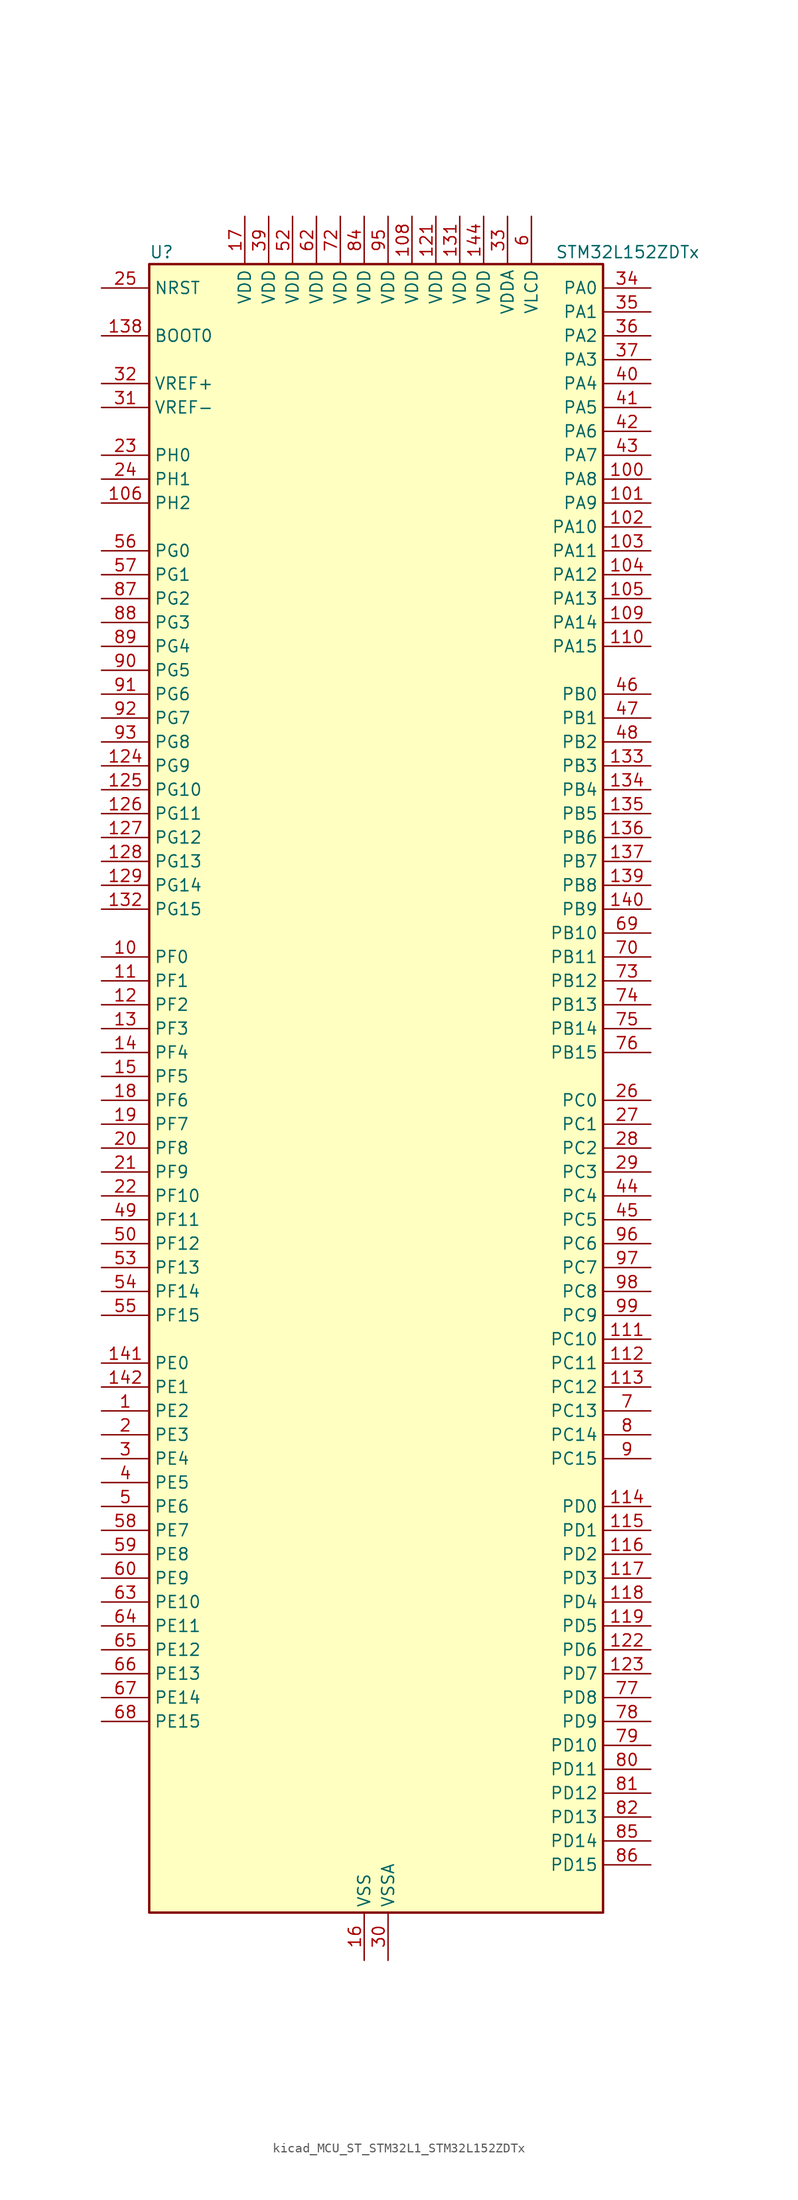
<source format=kicad_sym>
(kicad_symbol_lib
  (version 20220914)
  (generator kicad_symbol_editor)
  (symbol "kicad_MCU_ST_STM32L1_STM32L152ZDTx"
    (property "Reference" "U"
      (at -22.86 90.17 0)
      (effects (font (size 1.27 1.27)) (justify left)))
    (property "Value" "STM32L152ZDTx"
      (at 20.32 90.17 0)
      (effects (font (size 1.27 1.27)) (justify left)))
    (property "ki_locked" ""
      (at 0 0 0)
      (effects (font (size 1.27 1.27))))
    (symbol "kicad_MCU_ST_STM32L1_STM32L152ZDTx_0_1"
      (rectangle (start -22.86 -86.36) (end 25.4 88.9) (stroke (width 0.254) (type default)) (fill (type background))))
    (symbol "kicad_MCU_ST_STM32L1_STM32L152ZDTx_1_1"
      (pin bidirectional line (at -27.94 -33.02 0) (length 5.08) (name "PE2" (effects (font (size 1.27 1.27)))) (number "1" (effects (font (size 1.27 1.27)))) (alternate "FSMC_A23" bidirectional line) (alternate "LCD_SEG38" bidirectional line) (alternate "SYS_TRACECK" bidirectional line) (alternate "TIM3_ETR" bidirectional line) (alternate "TIMX_IC3" bidirectional line))
      (pin bidirectional line (at -27.94 15.24 0) (length 5.08) (name "PF0" (effects (font (size 1.27 1.27)))) (number "10" (effects (font (size 1.27 1.27)))) (alternate "FSMC_A0" bidirectional line))
      (pin bidirectional line (at 30.48 66.04 180) (length 5.08) (name "PA8" (effects (font (size 1.27 1.27)))) (number "100" (effects (font (size 1.27 1.27)))) (alternate "LCD_COM0" bidirectional line) (alternate "RCC_MCO" bidirectional line) (alternate "TIMX_IC1" bidirectional line) (alternate "TS_G4_IO1" bidirectional line) (alternate "USART1_CK" bidirectional line))
      (pin bidirectional line (at 30.48 63.5 180) (length 5.08) (name "PA9" (effects (font (size 1.27 1.27)))) (number "101" (effects (font (size 1.27 1.27)))) (alternate "DAC_EXTI9" bidirectional line) (alternate "LCD_COM1" bidirectional line) (alternate "TIMX_IC2" bidirectional line) (alternate "TS_G4_IO2" bidirectional line) (alternate "USART1_TX" bidirectional line))
      (pin bidirectional line (at 30.48 60.96 180) (length 5.08) (name "PA10" (effects (font (size 1.27 1.27)))) (number "102" (effects (font (size 1.27 1.27)))) (alternate "LCD_COM2" bidirectional line) (alternate "TIMX_IC3" bidirectional line) (alternate "TS_G4_IO3" bidirectional line) (alternate "USART1_RX" bidirectional line))
      (pin bidirectional line (at 30.48 58.42 180) (length 5.08) (name "PA11" (effects (font (size 1.27 1.27)))) (number "103" (effects (font (size 1.27 1.27)))) (alternate "ADC_EXTI11" bidirectional line) (alternate "SPI1_MISO" bidirectional line) (alternate "TIMX_IC4" bidirectional line) (alternate "USART1_CTS" bidirectional line) (alternate "USB_DM" bidirectional line))
      (pin bidirectional line (at 30.48 55.88 180) (length 5.08) (name "PA12" (effects (font (size 1.27 1.27)))) (number "104" (effects (font (size 1.27 1.27)))) (alternate "SPI1_MOSI" bidirectional line) (alternate "TIMX_IC1" bidirectional line) (alternate "USART1_RTS" bidirectional line) (alternate "USB_DP" bidirectional line))
      (pin bidirectional line (at 30.48 53.34 180) (length 5.08) (name "PA13" (effects (font (size 1.27 1.27)))) (number "105" (effects (font (size 1.27 1.27)))) (alternate "SYS_JTMS-SWDIO" bidirectional line) (alternate "TIMX_IC2" bidirectional line) (alternate "TS_G5_IO1" bidirectional line))
      (pin bidirectional line (at -27.94 63.5 0) (length 5.08) (name "PH2" (effects (font (size 1.27 1.27)))) (number "106" (effects (font (size 1.27 1.27)))) (alternate "FSMC_A22" bidirectional line))
      (pin passive line (at 0 -91.44 90) (length 5.08) hide (name "VSS" (effects (font (size 1.27 1.27)))) (number "107" (effects (font (size 1.27 1.27)))))
      (pin power_in line (at 5.08 93.98 270) (length 5.08) (name "VDD" (effects (font (size 1.27 1.27)))) (number "108" (effects (font (size 1.27 1.27)))))
      (pin bidirectional line (at 30.48 50.8 180) (length 5.08) (name "PA14" (effects (font (size 1.27 1.27)))) (number "109" (effects (font (size 1.27 1.27)))) (alternate "SYS_JTCK-SWCLK" bidirectional line) (alternate "TIMX_IC3" bidirectional line) (alternate "TS_G5_IO2" bidirectional line))
      (pin bidirectional line (at -27.94 12.7 0) (length 5.08) (name "PF1" (effects (font (size 1.27 1.27)))) (number "11" (effects (font (size 1.27 1.27)))) (alternate "FSMC_A1" bidirectional line))
      (pin bidirectional line (at 30.48 48.26 180) (length 5.08) (name "PA15" (effects (font (size 1.27 1.27)))) (number "110" (effects (font (size 1.27 1.27)))) (alternate "ADC_EXTI15" bidirectional line) (alternate "I2S3_WS" bidirectional line) (alternate "LCD_SEG17" bidirectional line) (alternate "SPI1_NSS" bidirectional line) (alternate "SPI3_NSS" bidirectional line) (alternate "SYS_JTDI" bidirectional line) (alternate "TIM2_CH1" bidirectional line) (alternate "TIM2_ETR" bidirectional line) (alternate "TIMX_IC4" bidirectional line) (alternate "TS_G5_IO3" bidirectional line))
      (pin bidirectional line (at 30.48 -25.4 180) (length 5.08) (name "PC10" (effects (font (size 1.27 1.27)))) (number "111" (effects (font (size 1.27 1.27)))) (alternate "I2S3_CK" bidirectional line) (alternate "LCD_COM4" bidirectional line) (alternate "LCD_SEG28" bidirectional line) (alternate "LCD_SEG40" bidirectional line) (alternate "SDIO_D2" bidirectional line) (alternate "SPI3_SCK" bidirectional line) (alternate "TIMX_IC3" bidirectional line) (alternate "UART4_TX" bidirectional line) (alternate "USART3_TX" bidirectional line))
      (pin bidirectional line (at 30.48 -27.94 180) (length 5.08) (name "PC11" (effects (font (size 1.27 1.27)))) (number "112" (effects (font (size 1.27 1.27)))) (alternate "ADC_EXTI11" bidirectional line) (alternate "LCD_COM5" bidirectional line) (alternate "LCD_SEG29" bidirectional line) (alternate "LCD_SEG41" bidirectional line) (alternate "SDIO_D3" bidirectional line) (alternate "SPI3_MISO" bidirectional line) (alternate "TIMX_IC4" bidirectional line) (alternate "UART4_RX" bidirectional line) (alternate "USART3_RX" bidirectional line))
      (pin bidirectional line (at 30.48 -30.48 180) (length 5.08) (name "PC12" (effects (font (size 1.27 1.27)))) (number "113" (effects (font (size 1.27 1.27)))) (alternate "I2S3_SD" bidirectional line) (alternate "LCD_COM6" bidirectional line) (alternate "LCD_SEG30" bidirectional line) (alternate "LCD_SEG42" bidirectional line) (alternate "SDIO_CK" bidirectional line) (alternate "SPI3_MOSI" bidirectional line) (alternate "TIMX_IC1" bidirectional line) (alternate "UART5_TX" bidirectional line) (alternate "USART3_CK" bidirectional line))
      (pin bidirectional line (at 30.48 -43.18 180) (length 5.08) (name "PD0" (effects (font (size 1.27 1.27)))) (number "114" (effects (font (size 1.27 1.27)))) (alternate "FSMC_D2" bidirectional line) (alternate "FSMC_DA2" bidirectional line) (alternate "I2S2_WS" bidirectional line) (alternate "SPI2_NSS" bidirectional line) (alternate "TIM9_CH1" bidirectional line) (alternate "TIMX_IC1" bidirectional line))
      (pin bidirectional line (at 30.48 -45.72 180) (length 5.08) (name "PD1" (effects (font (size 1.27 1.27)))) (number "115" (effects (font (size 1.27 1.27)))) (alternate "FSMC_D3" bidirectional line) (alternate "FSMC_DA3" bidirectional line) (alternate "I2S2_CK" bidirectional line) (alternate "SPI2_SCK" bidirectional line) (alternate "TIMX_IC2" bidirectional line))
      (pin bidirectional line (at 30.48 -48.26 180) (length 5.08) (name "PD2" (effects (font (size 1.27 1.27)))) (number "116" (effects (font (size 1.27 1.27)))) (alternate "LCD_COM7" bidirectional line) (alternate "LCD_SEG31" bidirectional line) (alternate "LCD_SEG43" bidirectional line) (alternate "SDIO_CMD" bidirectional line) (alternate "TIM3_ETR" bidirectional line) (alternate "TIMX_IC3" bidirectional line) (alternate "UART5_RX" bidirectional line))
      (pin bidirectional line (at 30.48 -50.8 180) (length 5.08) (name "PD3" (effects (font (size 1.27 1.27)))) (number "117" (effects (font (size 1.27 1.27)))) (alternate "FSMC_CLK" bidirectional line) (alternate "SPI2_MISO" bidirectional line) (alternate "TIMX_IC4" bidirectional line) (alternate "USART2_CTS" bidirectional line))
      (pin bidirectional line (at 30.48 -53.34 180) (length 5.08) (name "PD4" (effects (font (size 1.27 1.27)))) (number "118" (effects (font (size 1.27 1.27)))) (alternate "FSMC_NOE" bidirectional line) (alternate "I2S2_SD" bidirectional line) (alternate "SPI2_MOSI" bidirectional line) (alternate "TIMX_IC1" bidirectional line) (alternate "USART2_RTS" bidirectional line))
      (pin bidirectional line (at 30.48 -55.88 180) (length 5.08) (name "PD5" (effects (font (size 1.27 1.27)))) (number "119" (effects (font (size 1.27 1.27)))) (alternate "FSMC_NWE" bidirectional line) (alternate "TIMX_IC2" bidirectional line) (alternate "USART2_TX" bidirectional line))
      (pin bidirectional line (at -27.94 10.16 0) (length 5.08) (name "PF2" (effects (font (size 1.27 1.27)))) (number "12" (effects (font (size 1.27 1.27)))) (alternate "FSMC_A2" bidirectional line))
      (pin passive line (at 0 -91.44 90) (length 5.08) hide (name "VSS" (effects (font (size 1.27 1.27)))) (number "120" (effects (font (size 1.27 1.27)))))
      (pin power_in line (at 7.62 93.98 270) (length 5.08) (name "VDD" (effects (font (size 1.27 1.27)))) (number "121" (effects (font (size 1.27 1.27)))))
      (pin bidirectional line (at 30.48 -58.42 180) (length 5.08) (name "PD6" (effects (font (size 1.27 1.27)))) (number "122" (effects (font (size 1.27 1.27)))) (alternate "FSMC_NWAIT" bidirectional line) (alternate "TIMX_IC3" bidirectional line) (alternate "USART2_RX" bidirectional line))
      (pin bidirectional line (at 30.48 -60.96 180) (length 5.08) (name "PD7" (effects (font (size 1.27 1.27)))) (number "123" (effects (font (size 1.27 1.27)))) (alternate "FSMC_NE1" bidirectional line) (alternate "TIM9_CH2" bidirectional line) (alternate "TIMX_IC4" bidirectional line) (alternate "USART2_CK" bidirectional line))
      (pin bidirectional line (at -27.94 35.56 0) (length 5.08) (name "PG9" (effects (font (size 1.27 1.27)))) (number "124" (effects (font (size 1.27 1.27)))) (alternate "DAC_EXTI9" bidirectional line) (alternate "FSMC_NE2" bidirectional line))
      (pin bidirectional line (at -27.94 33.02 0) (length 5.08) (name "PG10" (effects (font (size 1.27 1.27)))) (number "125" (effects (font (size 1.27 1.27)))) (alternate "FSMC_NE3" bidirectional line))
      (pin bidirectional line (at -27.94 30.48 0) (length 5.08) (name "PG11" (effects (font (size 1.27 1.27)))) (number "126" (effects (font (size 1.27 1.27)))) (alternate "ADC_EXTI11" bidirectional line))
      (pin bidirectional line (at -27.94 27.94 0) (length 5.08) (name "PG12" (effects (font (size 1.27 1.27)))) (number "127" (effects (font (size 1.27 1.27)))) (alternate "FSMC_NE4" bidirectional line))
      (pin bidirectional line (at -27.94 25.4 0) (length 5.08) (name "PG13" (effects (font (size 1.27 1.27)))) (number "128" (effects (font (size 1.27 1.27)))) (alternate "FSMC_A24" bidirectional line))
      (pin bidirectional line (at -27.94 22.86 0) (length 5.08) (name "PG14" (effects (font (size 1.27 1.27)))) (number "129" (effects (font (size 1.27 1.27)))) (alternate "FSMC_A25" bidirectional line))
      (pin bidirectional line (at -27.94 7.62 0) (length 5.08) (name "PF3" (effects (font (size 1.27 1.27)))) (number "13" (effects (font (size 1.27 1.27)))) (alternate "FSMC_A3" bidirectional line))
      (pin passive line (at 0 -91.44 90) (length 5.08) hide (name "VSS" (effects (font (size 1.27 1.27)))) (number "130" (effects (font (size 1.27 1.27)))))
      (pin power_in line (at 10.16 93.98 270) (length 5.08) (name "VDD" (effects (font (size 1.27 1.27)))) (number "131" (effects (font (size 1.27 1.27)))))
      (pin bidirectional line (at -27.94 20.32 0) (length 5.08) (name "PG15" (effects (font (size 1.27 1.27)))) (number "132" (effects (font (size 1.27 1.27)))) (alternate "ADC_EXTI15" bidirectional line))
      (pin bidirectional line (at 30.48 35.56 180) (length 5.08) (name "PB3" (effects (font (size 1.27 1.27)))) (number "133" (effects (font (size 1.27 1.27)))) (alternate "COMP2_INM" bidirectional line) (alternate "I2S3_CK" bidirectional line) (alternate "LCD_SEG7" bidirectional line) (alternate "SPI1_SCK" bidirectional line) (alternate "SPI3_SCK" bidirectional line) (alternate "SYS_JTDO-TRACESWO" bidirectional line) (alternate "TIM2_CH2" bidirectional line))
      (pin bidirectional line (at 30.48 33.02 180) (length 5.08) (name "PB4" (effects (font (size 1.27 1.27)))) (number "134" (effects (font (size 1.27 1.27)))) (alternate "COMP2_INP" bidirectional line) (alternate "LCD_SEG8" bidirectional line) (alternate "SPI1_MISO" bidirectional line) (alternate "SPI3_MISO" bidirectional line) (alternate "SYS_JTRST" bidirectional line) (alternate "TIM3_CH1" bidirectional line) (alternate "TS_G6_IO1" bidirectional line))
      (pin bidirectional line (at 30.48 30.48 180) (length 5.08) (name "PB5" (effects (font (size 1.27 1.27)))) (number "135" (effects (font (size 1.27 1.27)))) (alternate "COMP2_INP" bidirectional line) (alternate "I2C1_SMBA" bidirectional line) (alternate "I2S3_SD" bidirectional line) (alternate "LCD_SEG9" bidirectional line) (alternate "SPI1_MOSI" bidirectional line) (alternate "SPI3_MOSI" bidirectional line) (alternate "TIM3_CH2" bidirectional line) (alternate "TS_G6_IO2" bidirectional line))
      (pin bidirectional line (at 30.48 27.94 180) (length 5.08) (name "PB6" (effects (font (size 1.27 1.27)))) (number "136" (effects (font (size 1.27 1.27)))) (alternate "COMP2_INP" bidirectional line) (alternate "I2C1_SCL" bidirectional line) (alternate "TIM4_CH1" bidirectional line) (alternate "TS_G6_IO3" bidirectional line) (alternate "USART1_TX" bidirectional line))
      (pin bidirectional line (at 30.48 25.4 180) (length 5.08) (name "PB7" (effects (font (size 1.27 1.27)))) (number "137" (effects (font (size 1.27 1.27)))) (alternate "COMP2_INP" bidirectional line) (alternate "FSMC_NL" bidirectional line) (alternate "I2C1_SDA" bidirectional line) (alternate "SYS_PVD_IN" bidirectional line) (alternate "TIM4_CH2" bidirectional line) (alternate "TS_G6_IO4" bidirectional line) (alternate "USART1_RX" bidirectional line))
      (pin input line (at -27.94 81.28 0) (length 5.08) (name "BOOT0" (effects (font (size 1.27 1.27)))) (number "138" (effects (font (size 1.27 1.27)))))
      (pin bidirectional line (at 30.48 22.86 180) (length 5.08) (name "PB8" (effects (font (size 1.27 1.27)))) (number "139" (effects (font (size 1.27 1.27)))) (alternate "I2C1_SCL" bidirectional line) (alternate "LCD_SEG16" bidirectional line) (alternate "SDIO_D4" bidirectional line) (alternate "TIM10_CH1" bidirectional line) (alternate "TIM4_CH3" bidirectional line))
      (pin bidirectional line (at -27.94 5.08 0) (length 5.08) (name "PF4" (effects (font (size 1.27 1.27)))) (number "14" (effects (font (size 1.27 1.27)))) (alternate "FSMC_A4" bidirectional line))
      (pin bidirectional line (at 30.48 20.32 180) (length 5.08) (name "PB9" (effects (font (size 1.27 1.27)))) (number "140" (effects (font (size 1.27 1.27)))) (alternate "DAC_EXTI9" bidirectional line) (alternate "I2C1_SDA" bidirectional line) (alternate "LCD_COM3" bidirectional line) (alternate "SDIO_D5" bidirectional line) (alternate "TIM11_CH1" bidirectional line) (alternate "TIM4_CH4" bidirectional line))
      (pin bidirectional line (at -27.94 -27.94 0) (length 5.08) (name "PE0" (effects (font (size 1.27 1.27)))) (number "141" (effects (font (size 1.27 1.27)))) (alternate "FSMC_NBL0" bidirectional line) (alternate "LCD_SEG36" bidirectional line) (alternate "TIM10_CH1" bidirectional line) (alternate "TIM4_ETR" bidirectional line) (alternate "TIMX_IC1" bidirectional line))
      (pin bidirectional line (at -27.94 -30.48 0) (length 5.08) (name "PE1" (effects (font (size 1.27 1.27)))) (number "142" (effects (font (size 1.27 1.27)))) (alternate "FSMC_NBL1" bidirectional line) (alternate "LCD_SEG37" bidirectional line) (alternate "TIM11_CH1" bidirectional line) (alternate "TIMX_IC2" bidirectional line))
      (pin passive line (at 0 -91.44 90) (length 5.08) hide (name "VSS" (effects (font (size 1.27 1.27)))) (number "143" (effects (font (size 1.27 1.27)))))
      (pin power_in line (at 12.7 93.98 270) (length 5.08) (name "VDD" (effects (font (size 1.27 1.27)))) (number "144" (effects (font (size 1.27 1.27)))))
      (pin bidirectional line (at -27.94 2.54 0) (length 5.08) (name "PF5" (effects (font (size 1.27 1.27)))) (number "15" (effects (font (size 1.27 1.27)))) (alternate "FSMC_A5" bidirectional line))
      (pin power_in line (at 0 -91.44 90) (length 5.08) (name "VSS" (effects (font (size 1.27 1.27)))) (number "16" (effects (font (size 1.27 1.27)))))
      (pin power_in line (at -12.7 93.98 270) (length 5.08) (name "VDD" (effects (font (size 1.27 1.27)))) (number "17" (effects (font (size 1.27 1.27)))))
      (pin bidirectional line (at -27.94 0 0) (length 5.08) (name "PF6" (effects (font (size 1.27 1.27)))) (number "18" (effects (font (size 1.27 1.27)))) (alternate "ADC_IN27" bidirectional line) (alternate "TIM5_CH1" bidirectional line) (alternate "TIM5_ETR" bidirectional line) (alternate "TS_G11_IO1" bidirectional line))
      (pin bidirectional line (at -27.94 -2.54 0) (length 5.08) (name "PF7" (effects (font (size 1.27 1.27)))) (number "19" (effects (font (size 1.27 1.27)))) (alternate "ADC_IN28" bidirectional line) (alternate "COMP1_INP" bidirectional line) (alternate "TIM5_CH2" bidirectional line) (alternate "TS_G11_IO2" bidirectional line))
      (pin bidirectional line (at -27.94 -35.56 0) (length 5.08) (name "PE3" (effects (font (size 1.27 1.27)))) (number "2" (effects (font (size 1.27 1.27)))) (alternate "FSMC_A19" bidirectional line) (alternate "LCD_SEG39" bidirectional line) (alternate "SYS_TRACED0" bidirectional line) (alternate "TIM3_CH1" bidirectional line) (alternate "TIMX_IC4" bidirectional line))
      (pin bidirectional line (at -27.94 -5.08 0) (length 5.08) (name "PF8" (effects (font (size 1.27 1.27)))) (number "20" (effects (font (size 1.27 1.27)))) (alternate "ADC_IN29" bidirectional line) (alternate "COMP1_INP" bidirectional line) (alternate "TIM5_CH3" bidirectional line) (alternate "TS_G11_IO3" bidirectional line))
      (pin bidirectional line (at -27.94 -7.62 0) (length 5.08) (name "PF9" (effects (font (size 1.27 1.27)))) (number "21" (effects (font (size 1.27 1.27)))) (alternate "ADC_IN30" bidirectional line) (alternate "COMP1_INP" bidirectional line) (alternate "DAC_EXTI9" bidirectional line) (alternate "TIM5_CH4" bidirectional line) (alternate "TS_G11_IO4" bidirectional line))
      (pin bidirectional line (at -27.94 -10.16 0) (length 5.08) (name "PF10" (effects (font (size 1.27 1.27)))) (number "22" (effects (font (size 1.27 1.27)))) (alternate "ADC_IN31" bidirectional line) (alternate "COMP1_INP" bidirectional line) (alternate "TS_G11_IO5" bidirectional line))
      (pin bidirectional line (at -27.94 68.58 0) (length 5.08) (name "PH0" (effects (font (size 1.27 1.27)))) (number "23" (effects (font (size 1.27 1.27)))) (alternate "RCC_OSC_IN" bidirectional line))
      (pin bidirectional line (at -27.94 66.04 0) (length 5.08) (name "PH1" (effects (font (size 1.27 1.27)))) (number "24" (effects (font (size 1.27 1.27)))) (alternate "RCC_OSC_OUT" bidirectional line))
      (pin input line (at -27.94 86.36 0) (length 5.08) (name "NRST" (effects (font (size 1.27 1.27)))) (number "25" (effects (font (size 1.27 1.27)))))
      (pin bidirectional line (at 30.48 0 180) (length 5.08) (name "PC0" (effects (font (size 1.27 1.27)))) (number "26" (effects (font (size 1.27 1.27)))) (alternate "ADC_IN10" bidirectional line) (alternate "COMP1_INP" bidirectional line) (alternate "LCD_SEG18" bidirectional line) (alternate "TIMX_IC1" bidirectional line) (alternate "TS_G8_IO1" bidirectional line))
      (pin bidirectional line (at 30.48 -2.54 180) (length 5.08) (name "PC1" (effects (font (size 1.27 1.27)))) (number "27" (effects (font (size 1.27 1.27)))) (alternate "ADC_IN11" bidirectional line) (alternate "COMP1_INP" bidirectional line) (alternate "LCD_SEG19" bidirectional line) (alternate "OPAMP3_VINP" bidirectional line) (alternate "TIMX_IC2" bidirectional line) (alternate "TS_G8_IO2" bidirectional line))
      (pin bidirectional line (at 30.48 -5.08 180) (length 5.08) (name "PC2" (effects (font (size 1.27 1.27)))) (number "28" (effects (font (size 1.27 1.27)))) (alternate "ADC_IN12" bidirectional line) (alternate "COMP1_INP" bidirectional line) (alternate "LCD_SEG20" bidirectional line) (alternate "OPAMP3_VINM" bidirectional line) (alternate "TIMX_IC3" bidirectional line) (alternate "TS_G8_IO3" bidirectional line))
      (pin bidirectional line (at 30.48 -7.62 180) (length 5.08) (name "PC3" (effects (font (size 1.27 1.27)))) (number "29" (effects (font (size 1.27 1.27)))) (alternate "ADC_IN13" bidirectional line) (alternate "COMP1_INP" bidirectional line) (alternate "LCD_SEG21" bidirectional line) (alternate "OPAMP3_VOUT" bidirectional line) (alternate "TIMX_IC4" bidirectional line) (alternate "TS_G8_IO4" bidirectional line))
      (pin bidirectional line (at -27.94 -38.1 0) (length 5.08) (name "PE4" (effects (font (size 1.27 1.27)))) (number "3" (effects (font (size 1.27 1.27)))) (alternate "FSMC_A20" bidirectional line) (alternate "SYS_TRACED1" bidirectional line) (alternate "TIM3_CH2" bidirectional line) (alternate "TIMX_IC1" bidirectional line))
      (pin power_in line (at 2.54 -91.44 90) (length 5.08) (name "VSSA" (effects (font (size 1.27 1.27)))) (number "30" (effects (font (size 1.27 1.27)))))
      (pin input line (at -27.94 73.66 0) (length 5.08) (name "VREF-" (effects (font (size 1.27 1.27)))) (number "31" (effects (font (size 1.27 1.27)))))
      (pin input line (at -27.94 76.2 0) (length 5.08) (name "VREF+" (effects (font (size 1.27 1.27)))) (number "32" (effects (font (size 1.27 1.27)))))
      (pin power_in line (at 15.24 93.98 270) (length 5.08) (name "VDDA" (effects (font (size 1.27 1.27)))) (number "33" (effects (font (size 1.27 1.27)))))
      (pin bidirectional line (at 30.48 86.36 180) (length 5.08) (name "PA0" (effects (font (size 1.27 1.27)))) (number "34" (effects (font (size 1.27 1.27)))) (alternate "ADC_IN0" bidirectional line) (alternate "COMP1_INP" bidirectional line) (alternate "RTC_TAMP2" bidirectional line) (alternate "SYS_WKUP1" bidirectional line) (alternate "TIM2_CH1" bidirectional line) (alternate "TIM2_ETR" bidirectional line) (alternate "TIM5_CH1" bidirectional line) (alternate "TIMX_IC1" bidirectional line) (alternate "TS_G1_IO1" bidirectional line) (alternate "USART2_CTS" bidirectional line))
      (pin bidirectional line (at 30.48 83.82 180) (length 5.08) (name "PA1" (effects (font (size 1.27 1.27)))) (number "35" (effects (font (size 1.27 1.27)))) (alternate "ADC_IN1" bidirectional line) (alternate "COMP1_INP" bidirectional line) (alternate "LCD_SEG0" bidirectional line) (alternate "OPAMP1_VINP" bidirectional line) (alternate "TIM2_CH2" bidirectional line) (alternate "TIM5_CH2" bidirectional line) (alternate "TIMX_IC2" bidirectional line) (alternate "TS_G1_IO2" bidirectional line) (alternate "USART2_RTS" bidirectional line))
      (pin bidirectional line (at 30.48 81.28 180) (length 5.08) (name "PA2" (effects (font (size 1.27 1.27)))) (number "36" (effects (font (size 1.27 1.27)))) (alternate "ADC_IN2" bidirectional line) (alternate "COMP1_INP" bidirectional line) (alternate "LCD_SEG1" bidirectional line) (alternate "OPAMP1_VINM" bidirectional line) (alternate "TIM2_CH3" bidirectional line) (alternate "TIM5_CH3" bidirectional line) (alternate "TIM9_CH1" bidirectional line) (alternate "TIMX_IC3" bidirectional line) (alternate "TS_G1_IO3" bidirectional line) (alternate "USART2_TX" bidirectional line))
      (pin bidirectional line (at 30.48 78.74 180) (length 5.08) (name "PA3" (effects (font (size 1.27 1.27)))) (number "37" (effects (font (size 1.27 1.27)))) (alternate "ADC_IN3" bidirectional line) (alternate "COMP1_INP" bidirectional line) (alternate "LCD_SEG2" bidirectional line) (alternate "OPAMP1_VOUT" bidirectional line) (alternate "TIM2_CH4" bidirectional line) (alternate "TIM5_CH4" bidirectional line) (alternate "TIM9_CH2" bidirectional line) (alternate "TIMX_IC4" bidirectional line) (alternate "TS_G1_IO4" bidirectional line) (alternate "USART2_RX" bidirectional line))
      (pin passive line (at 0 -91.44 90) (length 5.08) hide (name "VSS" (effects (font (size 1.27 1.27)))) (number "38" (effects (font (size 1.27 1.27)))))
      (pin power_in line (at -10.16 93.98 270) (length 5.08) (name "VDD" (effects (font (size 1.27 1.27)))) (number "39" (effects (font (size 1.27 1.27)))))
      (pin bidirectional line (at -27.94 -40.64 0) (length 5.08) (name "PE5" (effects (font (size 1.27 1.27)))) (number "4" (effects (font (size 1.27 1.27)))) (alternate "FSMC_A21" bidirectional line) (alternate "SYS_TRACED2" bidirectional line) (alternate "TIM9_CH1" bidirectional line) (alternate "TIMX_IC2" bidirectional line))
      (pin bidirectional line (at 30.48 76.2 180) (length 5.08) (name "PA4" (effects (font (size 1.27 1.27)))) (number "40" (effects (font (size 1.27 1.27)))) (alternate "ADC_IN4" bidirectional line) (alternate "COMP1_INP" bidirectional line) (alternate "DAC_OUT1" bidirectional line) (alternate "I2S3_WS" bidirectional line) (alternate "SPI1_NSS" bidirectional line) (alternate "SPI3_NSS" bidirectional line) (alternate "TIMX_IC1" bidirectional line) (alternate "USART2_CK" bidirectional line))
      (pin bidirectional line (at 30.48 73.66 180) (length 5.08) (name "PA5" (effects (font (size 1.27 1.27)))) (number "41" (effects (font (size 1.27 1.27)))) (alternate "ADC_IN5" bidirectional line) (alternate "COMP1_INP" bidirectional line) (alternate "DAC_OUT2" bidirectional line) (alternate "SPI1_SCK" bidirectional line) (alternate "TIM2_CH1" bidirectional line) (alternate "TIM2_ETR" bidirectional line) (alternate "TIMX_IC2" bidirectional line))
      (pin bidirectional line (at 30.48 71.12 180) (length 5.08) (name "PA6" (effects (font (size 1.27 1.27)))) (number "42" (effects (font (size 1.27 1.27)))) (alternate "ADC_IN6" bidirectional line) (alternate "COMP1_INP" bidirectional line) (alternate "LCD_SEG3" bidirectional line) (alternate "OPAMP2_VINP" bidirectional line) (alternate "SPI1_MISO" bidirectional line) (alternate "TIM10_CH1" bidirectional line) (alternate "TIM3_CH1" bidirectional line) (alternate "TIMX_IC3" bidirectional line) (alternate "TS_G2_IO1" bidirectional line))
      (pin bidirectional line (at 30.48 68.58 180) (length 5.08) (name "PA7" (effects (font (size 1.27 1.27)))) (number "43" (effects (font (size 1.27 1.27)))) (alternate "ADC_IN7" bidirectional line) (alternate "COMP1_INP" bidirectional line) (alternate "LCD_SEG4" bidirectional line) (alternate "OPAMP2_VINM" bidirectional line) (alternate "SPI1_MOSI" bidirectional line) (alternate "TIM11_CH1" bidirectional line) (alternate "TIM3_CH2" bidirectional line) (alternate "TIMX_IC4" bidirectional line) (alternate "TS_G2_IO2" bidirectional line))
      (pin bidirectional line (at 30.48 -10.16 180) (length 5.08) (name "PC4" (effects (font (size 1.27 1.27)))) (number "44" (effects (font (size 1.27 1.27)))) (alternate "ADC_IN14" bidirectional line) (alternate "COMP1_INP" bidirectional line) (alternate "LCD_SEG22" bidirectional line) (alternate "TIMX_IC1" bidirectional line) (alternate "TS_G9_IO1" bidirectional line))
      (pin bidirectional line (at 30.48 -12.7 180) (length 5.08) (name "PC5" (effects (font (size 1.27 1.27)))) (number "45" (effects (font (size 1.27 1.27)))) (alternate "ADC_IN15" bidirectional line) (alternate "COMP1_INP" bidirectional line) (alternate "LCD_SEG23" bidirectional line) (alternate "TIMX_IC2" bidirectional line) (alternate "TS_G9_IO2" bidirectional line))
      (pin bidirectional line (at 30.48 43.18 180) (length 5.08) (name "PB0" (effects (font (size 1.27 1.27)))) (number "46" (effects (font (size 1.27 1.27)))) (alternate "ADC_IN8" bidirectional line) (alternate "COMP1_INP" bidirectional line) (alternate "LCD_SEG5" bidirectional line) (alternate "OPAMP2_VOUT" bidirectional line) (alternate "SYS_V_REF_OUT" bidirectional line) (alternate "TIM3_CH3" bidirectional line) (alternate "TS_G3_IO1" bidirectional line))
      (pin bidirectional line (at 30.48 40.64 180) (length 5.08) (name "PB1" (effects (font (size 1.27 1.27)))) (number "47" (effects (font (size 1.27 1.27)))) (alternate "ADC_IN9" bidirectional line) (alternate "COMP1_INP" bidirectional line) (alternate "LCD_SEG6" bidirectional line) (alternate "SYS_V_REF_OUT" bidirectional line) (alternate "TIM3_CH4" bidirectional line) (alternate "TS_G3_IO2" bidirectional line))
      (pin bidirectional line (at 30.48 38.1 180) (length 5.08) (name "PB2" (effects (font (size 1.27 1.27)))) (number "48" (effects (font (size 1.27 1.27)))) (alternate "ADC_IN0b" bidirectional line) (alternate "TS_G3_IO3" bidirectional line))
      (pin bidirectional line (at -27.94 -12.7 0) (length 5.08) (name "PF11" (effects (font (size 1.27 1.27)))) (number "49" (effects (font (size 1.27 1.27)))) (alternate "ADC_EXTI11" bidirectional line) (alternate "ADC_IN1b" bidirectional line) (alternate "TS_G3_IO4" bidirectional line))
      (pin bidirectional line (at -27.94 -43.18 0) (length 5.08) (name "PE6" (effects (font (size 1.27 1.27)))) (number "5" (effects (font (size 1.27 1.27)))) (alternate "RTC_TAMP3" bidirectional line) (alternate "SYS_TRACED3" bidirectional line) (alternate "SYS_WKUP3" bidirectional line) (alternate "TIM9_CH2" bidirectional line) (alternate "TIMX_IC3" bidirectional line))
      (pin bidirectional line (at -27.94 -15.24 0) (length 5.08) (name "PF12" (effects (font (size 1.27 1.27)))) (number "50" (effects (font (size 1.27 1.27)))) (alternate "ADC_IN2b" bidirectional line) (alternate "FSMC_A6" bidirectional line) (alternate "TS_G3_IO5" bidirectional line))
      (pin passive line (at 0 -91.44 90) (length 5.08) hide (name "VSS" (effects (font (size 1.27 1.27)))) (number "51" (effects (font (size 1.27 1.27)))))
      (pin power_in line (at -7.62 93.98 270) (length 5.08) (name "VDD" (effects (font (size 1.27 1.27)))) (number "52" (effects (font (size 1.27 1.27)))))
      (pin bidirectional line (at -27.94 -17.78 0) (length 5.08) (name "PF13" (effects (font (size 1.27 1.27)))) (number "53" (effects (font (size 1.27 1.27)))) (alternate "ADC_IN3b" bidirectional line) (alternate "FSMC_A7" bidirectional line) (alternate "TS_G9_IO3" bidirectional line))
      (pin bidirectional line (at -27.94 -20.32 0) (length 5.08) (name "PF14" (effects (font (size 1.27 1.27)))) (number "54" (effects (font (size 1.27 1.27)))) (alternate "ADC_IN6b" bidirectional line) (alternate "FSMC_A8" bidirectional line) (alternate "TS_G9_IO4" bidirectional line))
      (pin bidirectional line (at -27.94 -22.86 0) (length 5.08) (name "PF15" (effects (font (size 1.27 1.27)))) (number "55" (effects (font (size 1.27 1.27)))) (alternate "ADC_EXTI15" bidirectional line) (alternate "ADC_IN7b" bidirectional line) (alternate "FSMC_A9" bidirectional line) (alternate "TS_G2_IO3" bidirectional line))
      (pin bidirectional line (at -27.94 58.42 0) (length 5.08) (name "PG0" (effects (font (size 1.27 1.27)))) (number "56" (effects (font (size 1.27 1.27)))) (alternate "ADC_IN8b" bidirectional line) (alternate "FSMC_A10" bidirectional line) (alternate "TS_G2_IO4" bidirectional line))
      (pin bidirectional line (at -27.94 55.88 0) (length 5.08) (name "PG1" (effects (font (size 1.27 1.27)))) (number "57" (effects (font (size 1.27 1.27)))) (alternate "ADC_IN9b" bidirectional line) (alternate "FSMC_A11" bidirectional line) (alternate "TS_G2_IO5" bidirectional line))
      (pin bidirectional line (at -27.94 -45.72 0) (length 5.08) (name "PE7" (effects (font (size 1.27 1.27)))) (number "58" (effects (font (size 1.27 1.27)))) (alternate "ADC_IN22" bidirectional line) (alternate "COMP1_INP" bidirectional line) (alternate "FSMC_D4" bidirectional line) (alternate "FSMC_DA4" bidirectional line) (alternate "TIMX_IC4" bidirectional line))
      (pin bidirectional line (at -27.94 -48.26 0) (length 5.08) (name "PE8" (effects (font (size 1.27 1.27)))) (number "59" (effects (font (size 1.27 1.27)))) (alternate "ADC_IN23" bidirectional line) (alternate "COMP1_INP" bidirectional line) (alternate "FSMC_D5" bidirectional line) (alternate "FSMC_DA5" bidirectional line) (alternate "TIMX_IC1" bidirectional line))
      (pin power_in line (at 17.78 93.98 270) (length 5.08) (name "VLCD" (effects (font (size 1.27 1.27)))) (number "6" (effects (font (size 1.27 1.27)))))
      (pin bidirectional line (at -27.94 -50.8 0) (length 5.08) (name "PE9" (effects (font (size 1.27 1.27)))) (number "60" (effects (font (size 1.27 1.27)))) (alternate "ADC_IN24" bidirectional line) (alternate "COMP1_INP" bidirectional line) (alternate "DAC_EXTI9" bidirectional line) (alternate "FSMC_D6" bidirectional line) (alternate "FSMC_DA6" bidirectional line) (alternate "TIM2_CH1" bidirectional line) (alternate "TIM2_ETR" bidirectional line) (alternate "TIMX_IC2" bidirectional line))
      (pin passive line (at 0 -91.44 90) (length 5.08) hide (name "VSS" (effects (font (size 1.27 1.27)))) (number "61" (effects (font (size 1.27 1.27)))))
      (pin power_in line (at -5.08 93.98 270) (length 5.08) (name "VDD" (effects (font (size 1.27 1.27)))) (number "62" (effects (font (size 1.27 1.27)))))
      (pin bidirectional line (at -27.94 -53.34 0) (length 5.08) (name "PE10" (effects (font (size 1.27 1.27)))) (number "63" (effects (font (size 1.27 1.27)))) (alternate "ADC_IN25" bidirectional line) (alternate "COMP1_INP" bidirectional line) (alternate "FSMC_D7" bidirectional line) (alternate "FSMC_DA7" bidirectional line) (alternate "TIM2_CH2" bidirectional line) (alternate "TIMX_IC3" bidirectional line))
      (pin bidirectional line (at -27.94 -55.88 0) (length 5.08) (name "PE11" (effects (font (size 1.27 1.27)))) (number "64" (effects (font (size 1.27 1.27)))) (alternate "ADC_EXTI11" bidirectional line) (alternate "FSMC_D8" bidirectional line) (alternate "FSMC_DA8" bidirectional line) (alternate "TIM2_CH3" bidirectional line) (alternate "TIMX_IC4" bidirectional line))
      (pin bidirectional line (at -27.94 -58.42 0) (length 5.08) (name "PE12" (effects (font (size 1.27 1.27)))) (number "65" (effects (font (size 1.27 1.27)))) (alternate "FSMC_D9" bidirectional line) (alternate "FSMC_DA9" bidirectional line) (alternate "SPI1_NSS" bidirectional line) (alternate "TIM2_CH4" bidirectional line) (alternate "TIMX_IC1" bidirectional line))
      (pin bidirectional line (at -27.94 -60.96 0) (length 5.08) (name "PE13" (effects (font (size 1.27 1.27)))) (number "66" (effects (font (size 1.27 1.27)))) (alternate "FSMC_D10" bidirectional line) (alternate "FSMC_DA10" bidirectional line) (alternate "SPI1_SCK" bidirectional line) (alternate "TIMX_IC2" bidirectional line))
      (pin bidirectional line (at -27.94 -63.5 0) (length 5.08) (name "PE14" (effects (font (size 1.27 1.27)))) (number "67" (effects (font (size 1.27 1.27)))) (alternate "FSMC_D11" bidirectional line) (alternate "FSMC_DA11" bidirectional line) (alternate "SPI1_MISO" bidirectional line) (alternate "TIMX_IC3" bidirectional line))
      (pin bidirectional line (at -27.94 -66.04 0) (length 5.08) (name "PE15" (effects (font (size 1.27 1.27)))) (number "68" (effects (font (size 1.27 1.27)))) (alternate "ADC_EXTI15" bidirectional line) (alternate "FSMC_D12" bidirectional line) (alternate "FSMC_DA12" bidirectional line) (alternate "SPI1_MOSI" bidirectional line) (alternate "TIMX_IC4" bidirectional line))
      (pin bidirectional line (at 30.48 17.78 180) (length 5.08) (name "PB10" (effects (font (size 1.27 1.27)))) (number "69" (effects (font (size 1.27 1.27)))) (alternate "I2C2_SCL" bidirectional line) (alternate "LCD_SEG10" bidirectional line) (alternate "TIM2_CH3" bidirectional line) (alternate "USART3_TX" bidirectional line))
      (pin bidirectional line (at 30.48 -33.02 180) (length 5.08) (name "PC13" (effects (font (size 1.27 1.27)))) (number "7" (effects (font (size 1.27 1.27)))) (alternate "RTC_OUT_ALARM" bidirectional line) (alternate "RTC_OUT_CALIB" bidirectional line) (alternate "RTC_TAMP1" bidirectional line) (alternate "RTC_TS" bidirectional line) (alternate "SYS_WKUP2" bidirectional line) (alternate "TIMX_IC2" bidirectional line))
      (pin bidirectional line (at 30.48 15.24 180) (length 5.08) (name "PB11" (effects (font (size 1.27 1.27)))) (number "70" (effects (font (size 1.27 1.27)))) (alternate "ADC_EXTI11" bidirectional line) (alternate "I2C2_SDA" bidirectional line) (alternate "LCD_SEG11" bidirectional line) (alternate "TIM2_CH4" bidirectional line) (alternate "USART3_RX" bidirectional line))
      (pin passive line (at 0 -91.44 90) (length 5.08) hide (name "VSS" (effects (font (size 1.27 1.27)))) (number "71" (effects (font (size 1.27 1.27)))))
      (pin power_in line (at -2.54 93.98 270) (length 5.08) (name "VDD" (effects (font (size 1.27 1.27)))) (number "72" (effects (font (size 1.27 1.27)))))
      (pin bidirectional line (at 30.48 12.7 180) (length 5.08) (name "PB12" (effects (font (size 1.27 1.27)))) (number "73" (effects (font (size 1.27 1.27)))) (alternate "ADC_IN18" bidirectional line) (alternate "COMP1_INP" bidirectional line) (alternate "I2C2_SMBA" bidirectional line) (alternate "I2S2_WS" bidirectional line) (alternate "LCD_SEG12" bidirectional line) (alternate "SPI2_NSS" bidirectional line) (alternate "TIM10_CH1" bidirectional line) (alternate "TS_G7_IO1" bidirectional line) (alternate "USART3_CK" bidirectional line))
      (pin bidirectional line (at 30.48 10.16 180) (length 5.08) (name "PB13" (effects (font (size 1.27 1.27)))) (number "74" (effects (font (size 1.27 1.27)))) (alternate "ADC_IN19" bidirectional line) (alternate "COMP1_INP" bidirectional line) (alternate "I2S2_CK" bidirectional line) (alternate "LCD_SEG13" bidirectional line) (alternate "SPI2_SCK" bidirectional line) (alternate "TIM9_CH1" bidirectional line) (alternate "TS_G7_IO2" bidirectional line) (alternate "USART3_CTS" bidirectional line))
      (pin bidirectional line (at 30.48 7.62 180) (length 5.08) (name "PB14" (effects (font (size 1.27 1.27)))) (number "75" (effects (font (size 1.27 1.27)))) (alternate "ADC_IN20" bidirectional line) (alternate "COMP1_INP" bidirectional line) (alternate "LCD_SEG14" bidirectional line) (alternate "SPI2_MISO" bidirectional line) (alternate "TIM9_CH2" bidirectional line) (alternate "TS_G7_IO3" bidirectional line) (alternate "USART3_RTS" bidirectional line))
      (pin bidirectional line (at 30.48 5.08 180) (length 5.08) (name "PB15" (effects (font (size 1.27 1.27)))) (number "76" (effects (font (size 1.27 1.27)))) (alternate "ADC_EXTI15" bidirectional line) (alternate "ADC_IN21" bidirectional line) (alternate "COMP1_INP" bidirectional line) (alternate "I2S2_SD" bidirectional line) (alternate "LCD_SEG15" bidirectional line) (alternate "RTC_REFIN" bidirectional line) (alternate "SPI2_MOSI" bidirectional line) (alternate "TIM11_CH1" bidirectional line) (alternate "TS_G7_IO4" bidirectional line))
      (pin bidirectional line (at 30.48 -63.5 180) (length 5.08) (name "PD8" (effects (font (size 1.27 1.27)))) (number "77" (effects (font (size 1.27 1.27)))) (alternate "FSMC_D13" bidirectional line) (alternate "FSMC_DA13" bidirectional line) (alternate "LCD_SEG28" bidirectional line) (alternate "TIMX_IC1" bidirectional line) (alternate "USART3_TX" bidirectional line))
      (pin bidirectional line (at 30.48 -66.04 180) (length 5.08) (name "PD9" (effects (font (size 1.27 1.27)))) (number "78" (effects (font (size 1.27 1.27)))) (alternate "DAC_EXTI9" bidirectional line) (alternate "FSMC_D14" bidirectional line) (alternate "FSMC_DA14" bidirectional line) (alternate "LCD_SEG29" bidirectional line) (alternate "TIMX_IC2" bidirectional line) (alternate "USART3_RX" bidirectional line))
      (pin bidirectional line (at 30.48 -68.58 180) (length 5.08) (name "PD10" (effects (font (size 1.27 1.27)))) (number "79" (effects (font (size 1.27 1.27)))) (alternate "FSMC_D15" bidirectional line) (alternate "FSMC_DA15" bidirectional line) (alternate "LCD_SEG30" bidirectional line) (alternate "TIMX_IC3" bidirectional line) (alternate "USART3_CK" bidirectional line))
      (pin bidirectional line (at 30.48 -35.56 180) (length 5.08) (name "PC14" (effects (font (size 1.27 1.27)))) (number "8" (effects (font (size 1.27 1.27)))) (alternate "RCC_OSC32_IN" bidirectional line) (alternate "TIMX_IC3" bidirectional line))
      (pin bidirectional line (at 30.48 -71.12 180) (length 5.08) (name "PD11" (effects (font (size 1.27 1.27)))) (number "80" (effects (font (size 1.27 1.27)))) (alternate "ADC_EXTI11" bidirectional line) (alternate "FSMC_A16" bidirectional line) (alternate "LCD_SEG31" bidirectional line) (alternate "TIMX_IC4" bidirectional line) (alternate "USART3_CTS" bidirectional line))
      (pin bidirectional line (at 30.48 -73.66 180) (length 5.08) (name "PD12" (effects (font (size 1.27 1.27)))) (number "81" (effects (font (size 1.27 1.27)))) (alternate "FSMC_A17" bidirectional line) (alternate "LCD_SEG32" bidirectional line) (alternate "TIM4_CH1" bidirectional line) (alternate "TIMX_IC1" bidirectional line) (alternate "USART3_RTS" bidirectional line))
      (pin bidirectional line (at 30.48 -76.2 180) (length 5.08) (name "PD13" (effects (font (size 1.27 1.27)))) (number "82" (effects (font (size 1.27 1.27)))) (alternate "FSMC_A18" bidirectional line) (alternate "LCD_SEG33" bidirectional line) (alternate "TIM4_CH2" bidirectional line) (alternate "TIMX_IC2" bidirectional line))
      (pin passive line (at 0 -91.44 90) (length 5.08) hide (name "VSS" (effects (font (size 1.27 1.27)))) (number "83" (effects (font (size 1.27 1.27)))))
      (pin power_in line (at 0 93.98 270) (length 5.08) (name "VDD" (effects (font (size 1.27 1.27)))) (number "84" (effects (font (size 1.27 1.27)))))
      (pin bidirectional line (at 30.48 -78.74 180) (length 5.08) (name "PD14" (effects (font (size 1.27 1.27)))) (number "85" (effects (font (size 1.27 1.27)))) (alternate "FSMC_D0" bidirectional line) (alternate "FSMC_DA0" bidirectional line) (alternate "LCD_SEG34" bidirectional line) (alternate "TIM4_CH3" bidirectional line) (alternate "TIMX_IC3" bidirectional line))
      (pin bidirectional line (at 30.48 -81.28 180) (length 5.08) (name "PD15" (effects (font (size 1.27 1.27)))) (number "86" (effects (font (size 1.27 1.27)))) (alternate "ADC_EXTI15" bidirectional line) (alternate "FSMC_D1" bidirectional line) (alternate "FSMC_DA1" bidirectional line) (alternate "LCD_SEG35" bidirectional line) (alternate "TIM4_CH4" bidirectional line) (alternate "TIMX_IC4" bidirectional line))
      (pin bidirectional line (at -27.94 53.34 0) (length 5.08) (name "PG2" (effects (font (size 1.27 1.27)))) (number "87" (effects (font (size 1.27 1.27)))) (alternate "ADC_IN10b" bidirectional line) (alternate "FSMC_A12" bidirectional line) (alternate "TS_G7_IO5" bidirectional line))
      (pin bidirectional line (at -27.94 50.8 0) (length 5.08) (name "PG3" (effects (font (size 1.27 1.27)))) (number "88" (effects (font (size 1.27 1.27)))) (alternate "ADC_IN11b" bidirectional line) (alternate "FSMC_A13" bidirectional line) (alternate "TS_G7_IO6" bidirectional line))
      (pin bidirectional line (at -27.94 48.26 0) (length 5.08) (name "PG4" (effects (font (size 1.27 1.27)))) (number "89" (effects (font (size 1.27 1.27)))) (alternate "ADC_IN12b" bidirectional line) (alternate "FSMC_A14" bidirectional line) (alternate "TS_G7_IO7" bidirectional line))
      (pin bidirectional line (at 30.48 -38.1 180) (length 5.08) (name "PC15" (effects (font (size 1.27 1.27)))) (number "9" (effects (font (size 1.27 1.27)))) (alternate "ADC_EXTI15" bidirectional line) (alternate "RCC_OSC32_OUT" bidirectional line) (alternate "TIMX_IC4" bidirectional line))
      (pin bidirectional line (at -27.94 45.72 0) (length 5.08) (name "PG5" (effects (font (size 1.27 1.27)))) (number "90" (effects (font (size 1.27 1.27)))) (alternate "FSMC_A15" bidirectional line))
      (pin bidirectional line (at -27.94 43.18 0) (length 5.08) (name "PG6" (effects (font (size 1.27 1.27)))) (number "91" (effects (font (size 1.27 1.27)))))
      (pin bidirectional line (at -27.94 40.64 0) (length 5.08) (name "PG7" (effects (font (size 1.27 1.27)))) (number "92" (effects (font (size 1.27 1.27)))))
      (pin bidirectional line (at -27.94 38.1 0) (length 5.08) (name "PG8" (effects (font (size 1.27 1.27)))) (number "93" (effects (font (size 1.27 1.27)))))
      (pin passive line (at 0 -91.44 90) (length 5.08) hide (name "VSS" (effects (font (size 1.27 1.27)))) (number "94" (effects (font (size 1.27 1.27)))))
      (pin power_in line (at 2.54 93.98 270) (length 5.08) (name "VDD" (effects (font (size 1.27 1.27)))) (number "95" (effects (font (size 1.27 1.27)))))
      (pin bidirectional line (at 30.48 -15.24 180) (length 5.08) (name "PC6" (effects (font (size 1.27 1.27)))) (number "96" (effects (font (size 1.27 1.27)))) (alternate "I2S2_MCK" bidirectional line) (alternate "LCD_SEG24" bidirectional line) (alternate "SDIO_D6" bidirectional line) (alternate "TIM3_CH1" bidirectional line) (alternate "TIMX_IC3" bidirectional line) (alternate "TS_G10_IO1" bidirectional line))
      (pin bidirectional line (at 30.48 -17.78 180) (length 5.08) (name "PC7" (effects (font (size 1.27 1.27)))) (number "97" (effects (font (size 1.27 1.27)))) (alternate "I2S3_MCK" bidirectional line) (alternate "LCD_SEG25" bidirectional line) (alternate "SDIO_D7" bidirectional line) (alternate "TIM3_CH2" bidirectional line) (alternate "TIMX_IC4" bidirectional line) (alternate "TS_G10_IO2" bidirectional line))
      (pin bidirectional line (at 30.48 -20.32 180) (length 5.08) (name "PC8" (effects (font (size 1.27 1.27)))) (number "98" (effects (font (size 1.27 1.27)))) (alternate "LCD_SEG26" bidirectional line) (alternate "SDIO_D0" bidirectional line) (alternate "TIM3_CH3" bidirectional line) (alternate "TIMX_IC1" bidirectional line) (alternate "TS_G10_IO3" bidirectional line))
      (pin bidirectional line (at 30.48 -22.86 180) (length 5.08) (name "PC9" (effects (font (size 1.27 1.27)))) (number "99" (effects (font (size 1.27 1.27)))) (alternate "DAC_EXTI9" bidirectional line) (alternate "LCD_SEG27" bidirectional line) (alternate "SDIO_D1" bidirectional line) (alternate "TIM3_CH4" bidirectional line) (alternate "TIMX_IC2" bidirectional line) (alternate "TS_G10_IO4" bidirectional line)))))
</source>
